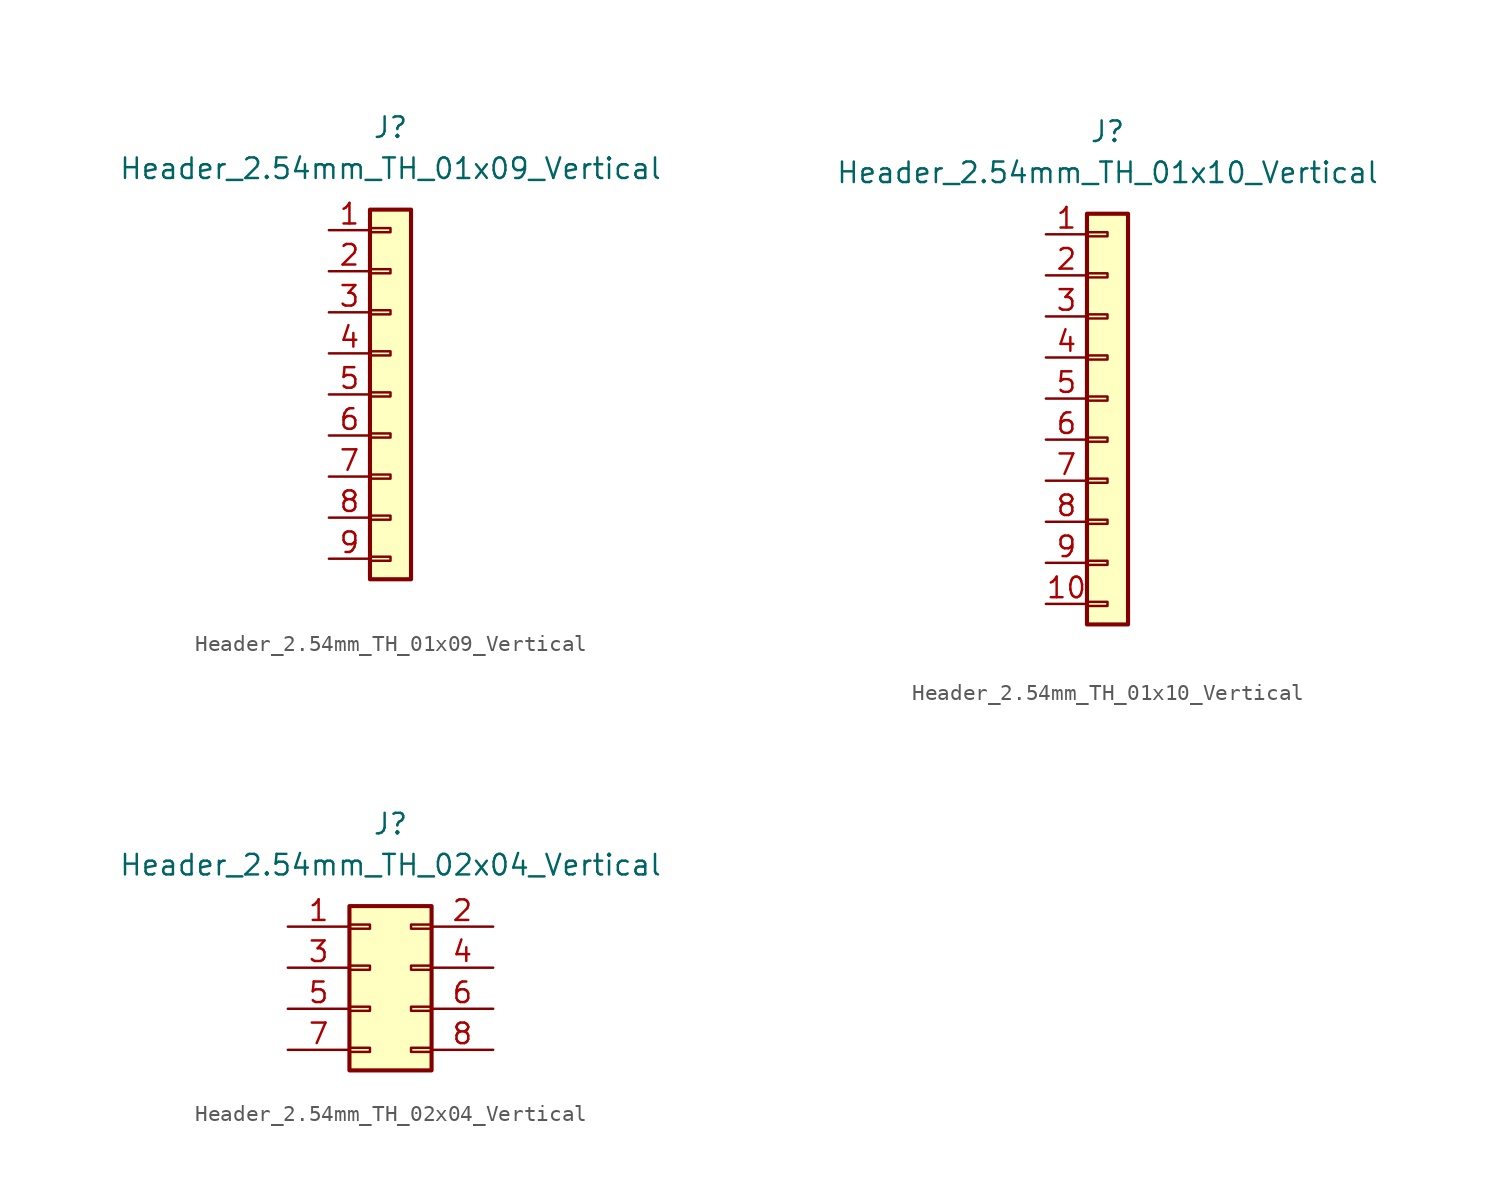
<source format=kicad_sym>
(kicad_symbol_lib
  (version 20241209)
  (generator "kicad_symbol_editor")
  (generator_version "9.0")
  (symbol "Header_2.54mm_TH_01x09_Vertical"
    (pin_names
      (offset 1.27)
      (hide yes))
    (property "Reference" "J"
      (at 0 16.51 0)
      (effects (font (size 1.27 1.27))))
    (property "Value" "Header_2.54mm_TH_01x09_Vertical"
      (at 0 13.97 0)
      (effects (font (size 1.27 1.27))))
    (symbol "Header_2.54mm_TH_01x09_Vertical_1_1"
      (rectangle (start -1.27 11.43) (end 1.27 -11.43) (stroke (width 0.254) (type default)) (fill (type background)))
      (rectangle (start -1.27 10.287) (end 0 10.033) (stroke (width 0.152) (type default)) (fill (type none)))
      (rectangle (start -1.27 7.747) (end 0 7.493) (stroke (width 0.152) (type default)) (fill (type none)))
      (rectangle (start -1.27 5.207) (end 0 4.953) (stroke (width 0.152) (type default)) (fill (type none)))
      (rectangle (start -1.27 2.667) (end 0 2.413) (stroke (width 0.152) (type default)) (fill (type none)))
      (rectangle (start -1.27 0.127) (end 0 -0.127) (stroke (width 0.152) (type default)) (fill (type none)))
      (rectangle (start -1.27 -2.413) (end 0 -2.667) (stroke (width 0.152) (type default)) (fill (type none)))
      (rectangle (start -1.27 -4.953) (end 0 -5.207) (stroke (width 0.152) (type default)) (fill (type none)))
      (rectangle (start -1.27 -7.493) (end 0 -7.747) (stroke (width 0.152) (type default)) (fill (type none)))
      (rectangle (start -1.27 -10.033) (end 0 -10.287) (stroke (width 0.152) (type default)) (fill (type none)))
      (pin passive line (at -3.81 10.16 0) (length 2.54) (name "Pin_1" (effects (font (size 1.27 1.27)))) (number "1" (effects (font (size 1.27 1.27)))))
      (pin passive line (at -3.81 7.62 0) (length 2.54) (name "Pin_2" (effects (font (size 1.27 1.27)))) (number "2" (effects (font (size 1.27 1.27)))))
      (pin passive line (at -3.81 5.08 0) (length 2.54) (name "Pin_3" (effects (font (size 1.27 1.27)))) (number "3" (effects (font (size 1.27 1.27)))))
      (pin passive line (at -3.81 2.54 0) (length 2.54) (name "Pin_4" (effects (font (size 1.27 1.27)))) (number "4" (effects (font (size 1.27 1.27)))))
      (pin passive line (at -3.81 0 0) (length 2.54) (name "Pin_5" (effects (font (size 1.27 1.27)))) (number "5" (effects (font (size 1.27 1.27)))))
      (pin passive line (at -3.81 -2.54 0) (length 2.54) (name "Pin_6" (effects (font (size 1.27 1.27)))) (number "6" (effects (font (size 1.27 1.27)))))
      (pin passive line (at -3.81 -5.08 0) (length 2.54) (name "Pin_7" (effects (font (size 1.27 1.27)))) (number "7" (effects (font (size 1.27 1.27)))))
      (pin passive line (at -3.81 -7.62 0) (length 2.54) (name "Pin_8" (effects (font (size 1.27 1.27)))) (number "8" (effects (font (size 1.27 1.27)))))
      (pin passive line (at -3.81 -10.16 0) (length 2.54) (name "Pin_9" (effects (font (size 1.27 1.27)))) (number "9" (effects (font (size 1.27 1.27)))))))
  (symbol "Header_2.54mm_TH_01x10_Vertical"
    (pin_names
      (offset 1.27)
      (hide yes))
    (property "Reference" "J"
      (at 0 17.78 0)
      (effects (font (size 1.27 1.27))))
    (property "Value" "Header_2.54mm_TH_01x10_Vertical"
      (at 0 15.24 0)
      (effects (font (size 1.27 1.27))))
    (symbol "Header_2.54mm_TH_01x10_Vertical_1_1"
      (rectangle (start -1.27 12.7) (end 1.27 -12.7) (stroke (width 0.254) (type default)) (fill (type background)))
      (rectangle (start -1.27 11.557) (end 0 11.303) (stroke (width 0.152) (type default)) (fill (type none)))
      (rectangle (start -1.27 9.017) (end 0 8.763) (stroke (width 0.152) (type default)) (fill (type none)))
      (rectangle (start -1.27 6.477) (end 0 6.223) (stroke (width 0.152) (type default)) (fill (type none)))
      (rectangle (start -1.27 3.937) (end 0 3.683) (stroke (width 0.152) (type default)) (fill (type none)))
      (rectangle (start -1.27 1.397) (end 0 1.143) (stroke (width 0.152) (type default)) (fill (type none)))
      (rectangle (start -1.27 -1.143) (end 0 -1.397) (stroke (width 0.152) (type default)) (fill (type none)))
      (rectangle (start -1.27 -3.683) (end 0 -3.937) (stroke (width 0.152) (type default)) (fill (type none)))
      (rectangle (start -1.27 -6.223) (end 0 -6.477) (stroke (width 0.152) (type default)) (fill (type none)))
      (rectangle (start -1.27 -8.763) (end 0 -9.017) (stroke (width 0.152) (type default)) (fill (type none)))
      (rectangle (start -1.27 -11.303) (end 0 -11.557) (stroke (width 0.152) (type default)) (fill (type none)))
      (pin passive line (at -3.81 11.43 0) (length 2.54) (name "Pin_1" (effects (font (size 1.27 1.27)))) (number "1" (effects (font (size 1.27 1.27)))))
      (pin passive line (at -3.81 8.89 0) (length 2.54) (name "Pin_2" (effects (font (size 1.27 1.27)))) (number "2" (effects (font (size 1.27 1.27)))))
      (pin passive line (at -3.81 6.35 0) (length 2.54) (name "Pin_3" (effects (font (size 1.27 1.27)))) (number "3" (effects (font (size 1.27 1.27)))))
      (pin passive line (at -3.81 3.81 0) (length 2.54) (name "Pin_4" (effects (font (size 1.27 1.27)))) (number "4" (effects (font (size 1.27 1.27)))))
      (pin passive line (at -3.81 1.27 0) (length 2.54) (name "Pin_5" (effects (font (size 1.27 1.27)))) (number "5" (effects (font (size 1.27 1.27)))))
      (pin passive line (at -3.81 -1.27 0) (length 2.54) (name "Pin_6" (effects (font (size 1.27 1.27)))) (number "6" (effects (font (size 1.27 1.27)))))
      (pin passive line (at -3.81 -3.81 0) (length 2.54) (name "Pin_7" (effects (font (size 1.27 1.27)))) (number "7" (effects (font (size 1.27 1.27)))))
      (pin passive line (at -3.81 -6.35 0) (length 2.54) (name "Pin_8" (effects (font (size 1.27 1.27)))) (number "8" (effects (font (size 1.27 1.27)))))
      (pin passive line (at -3.81 -8.89 0) (length 2.54) (name "Pin_9" (effects (font (size 1.27 1.27)))) (number "9" (effects (font (size 1.27 1.27)))))
      (pin passive line (at -3.81 -11.43 0) (length 2.54) (name "Pin_10" (effects (font (size 1.27 1.27)))) (number "10" (effects (font (size 1.27 1.27)))))))
  (symbol "Header_2.54mm_TH_02x04_Vertical"
    (pin_names
      (offset 1.27)
      (hide yes))
    (property "Reference" "J"
      (at 0 10.16 0)
      (effects (font (size 1.27 1.27))))
    (property "Value" "Header_2.54mm_TH_02x04_Vertical"
      (at 0 7.62 0)
      (effects (font (size 1.27 1.27))))
    (symbol "Header_2.54mm_TH_02x04_Vertical_1_1"
      (rectangle (start -2.54 5.08) (end 2.54 -5.08) (stroke (width 0.254) (type default)) (fill (type background)))
      (rectangle (start -2.54 3.937) (end -1.27 3.683) (stroke (width 0.152) (type default)) (fill (type none)))
      (rectangle (start -2.54 1.397) (end -1.27 1.143) (stroke (width 0.152) (type default)) (fill (type none)))
      (rectangle (start -2.54 -1.143) (end -1.27 -1.397) (stroke (width 0.152) (type default)) (fill (type none)))
      (rectangle (start -2.54 -3.683) (end -1.27 -3.937) (stroke (width 0.152) (type default)) (fill (type none)))
      (rectangle (start 2.54 3.937) (end 1.27 3.683) (stroke (width 0.152) (type default)) (fill (type none)))
      (rectangle (start 2.54 1.397) (end 1.27 1.143) (stroke (width 0.152) (type default)) (fill (type none)))
      (rectangle (start 2.54 -1.143) (end 1.27 -1.397) (stroke (width 0.152) (type default)) (fill (type none)))
      (rectangle (start 2.54 -3.683) (end 1.27 -3.937) (stroke (width 0.152) (type default)) (fill (type none)))
      (pin passive line (at -6.35 3.81 0) (length 3.81) (name "Pin_1" (effects (font (size 1.27 1.27)))) (number "1" (effects (font (size 1.27 1.27)))))
      (pin passive line (at -6.35 1.27 0) (length 3.81) (name "Pin_3" (effects (font (size 1.27 1.27)))) (number "3" (effects (font (size 1.27 1.27)))))
      (pin passive line (at -6.35 -1.27 0) (length 3.81) (name "Pin_5" (effects (font (size 1.27 1.27)))) (number "5" (effects (font (size 1.27 1.27)))))
      (pin passive line (at -6.35 -3.81 0) (length 3.81) (name "Pin_7" (effects (font (size 1.27 1.27)))) (number "7" (effects (font (size 1.27 1.27)))))
      (pin passive line (at 6.35 3.81 180) (length 3.81) (name "Pin_2" (effects (font (size 1.27 1.27)))) (number "2" (effects (font (size 1.27 1.27)))))
      (pin passive line (at 6.35 1.27 180) (length 3.81) (name "Pin_4" (effects (font (size 1.27 1.27)))) (number "4" (effects (font (size 1.27 1.27)))))
      (pin passive line (at 6.35 -1.27 180) (length 3.81) (name "Pin_6" (effects (font (size 1.27 1.27)))) (number "6" (effects (font (size 1.27 1.27)))))
      (pin passive line (at 6.35 -3.81 180) (length 3.81) (name "Pin_8" (effects (font (size 1.27 1.27)))) (number "8" (effects (font (size 1.27 1.27))))))))
</source>
